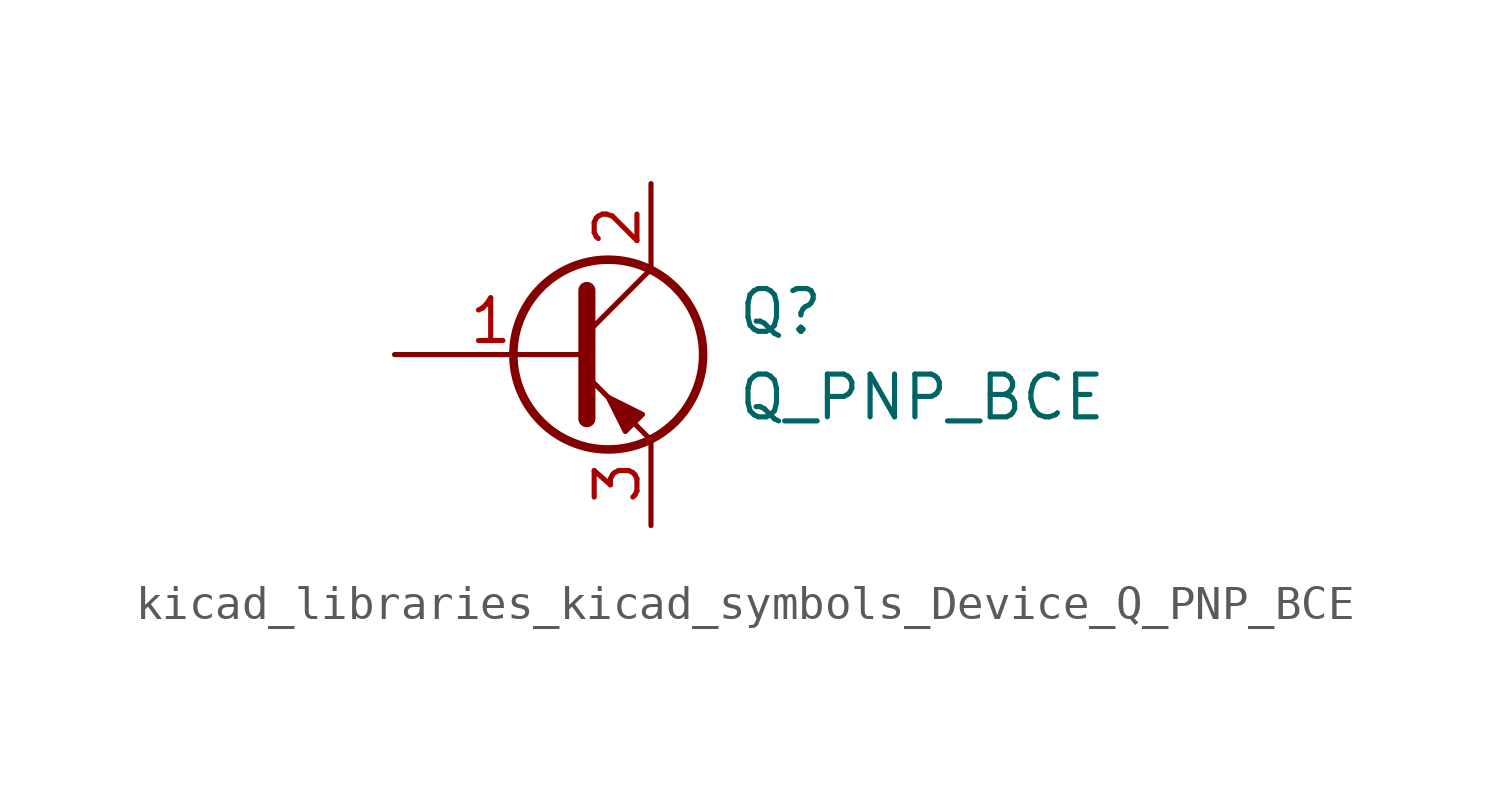
<source format=kicad_sym>
(kicad_symbol_lib
  (version 20220914)
  (generator kicad_symbol_editor)
  (symbol "kicad_libraries_kicad_symbols_Device_Q_PNP_BCE"
    (pin_names
      (offset 0) hide)
    (property "Reference" "Q"
      (at 5.08 1.27 0)
      (effects (font (size 1.27 1.27)) (justify left)))
    (property "Value" "Q_PNP_BCE"
      (at 5.08 -1.27 0)
      (effects (font (size 1.27 1.27)) (justify left)))
    (symbol "kicad_libraries_kicad_symbols_Device_Q_PNP_BCE_0_1"
      (polyline (pts (xy 0.635 0.635) (xy 2.54 2.54)) (stroke (width 0) (type default)) (fill (type none)))
      (polyline (pts (xy 0.635 -0.635) (xy 2.54 -2.54) (xy 2.54 -2.54)) (stroke (width 0) (type default)) (fill (type none)))
      (polyline (pts (xy 0.635 1.905) (xy 0.635 -1.905) (xy 0.635 -1.905)) (stroke (width 0.508) (type default)) (fill (type none)))
      (polyline (pts (xy 2.286 -1.778) (xy 1.778 -2.286) (xy 1.27 -1.27) (xy 2.286 -1.778) (xy 2.286 -1.778)) (stroke (width 0) (type default)) (fill (type outline)))
      (circle (center 1.27 0) (radius 2.819) (stroke (width 0.254) (type default)) (fill (type none))))
    (symbol "kicad_libraries_kicad_symbols_Device_Q_PNP_BCE_1_1"
      (pin input line (at -5.08 0 0) (length 5.715) (name "B" (effects (font (size 1.27 1.27)))) (number "1" (effects (font (size 1.27 1.27)))))
      (pin passive line (at 2.54 5.08 270) (length 2.54) (name "C" (effects (font (size 1.27 1.27)))) (number "2" (effects (font (size 1.27 1.27)))))
      (pin passive line (at 2.54 -5.08 90) (length 2.54) (name "E" (effects (font (size 1.27 1.27)))) (number "3" (effects (font (size 1.27 1.27))))))))
</source>
